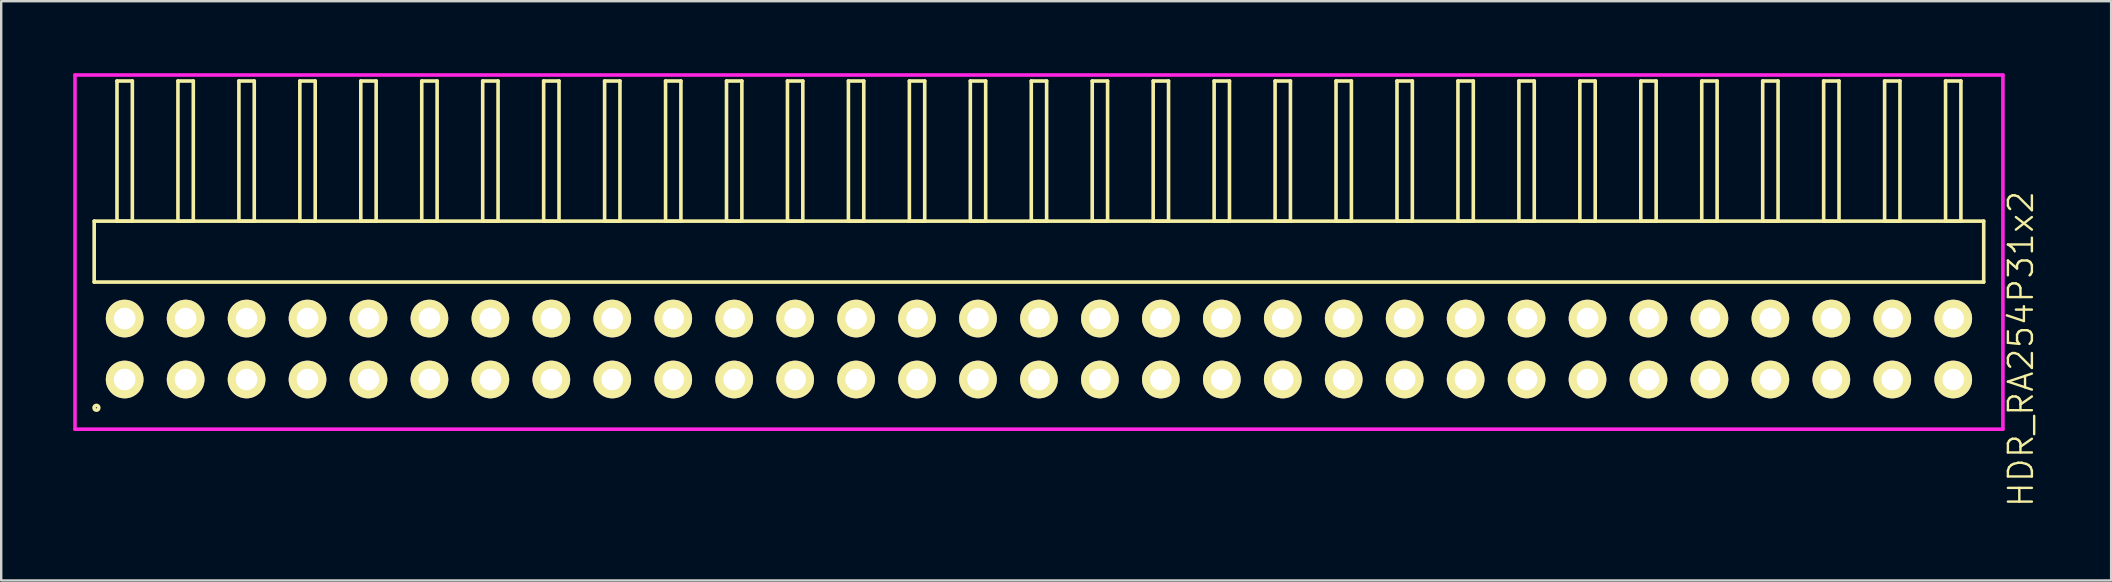
<source format=kicad_pcb>
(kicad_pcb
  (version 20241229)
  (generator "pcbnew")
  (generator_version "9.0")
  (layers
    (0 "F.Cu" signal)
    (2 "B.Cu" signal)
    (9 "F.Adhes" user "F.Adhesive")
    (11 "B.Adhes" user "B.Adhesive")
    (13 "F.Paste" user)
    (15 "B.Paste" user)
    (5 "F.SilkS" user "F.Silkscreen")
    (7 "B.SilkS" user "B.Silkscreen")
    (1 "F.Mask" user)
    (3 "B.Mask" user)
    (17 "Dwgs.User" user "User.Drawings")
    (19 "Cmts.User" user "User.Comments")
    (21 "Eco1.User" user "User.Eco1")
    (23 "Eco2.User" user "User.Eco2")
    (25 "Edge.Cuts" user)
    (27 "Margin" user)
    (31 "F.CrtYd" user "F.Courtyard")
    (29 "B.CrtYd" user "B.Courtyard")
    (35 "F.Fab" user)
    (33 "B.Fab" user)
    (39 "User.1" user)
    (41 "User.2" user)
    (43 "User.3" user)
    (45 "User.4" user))
  (footprint "HDR_RA254P31x2"
    (layer "F.Cu")
    (at 40.245 11.495)
    (property "Reference" "HDR_RA254P31x2" (at 40.92 0 90) (layer "F.SilkS") (effects (font (size 1 1) (thickness 0.1))))
    (attr through_hole)
    (fp_line (start -39.37 -5.33) (end -39.37 -2.79) (stroke (width 0.15) (type solid)) (layer "F.SilkS"))
    (fp_line (start -39.37 -2.79) (end 39.37 -2.79) (stroke (width 0.15) (type solid)) (layer "F.SilkS"))
    (fp_line (start -38.42 -11.17) (end -38.42 -5.33) (stroke (width 0.15) (type solid)) (layer "F.SilkS"))
    (fp_line (start -38.42 -5.33) (end -37.78 -5.33) (stroke (width 0.15) (type solid)) (layer "F.SilkS"))
    (fp_line (start -37.78 -11.17) (end -38.42 -11.17) (stroke (width 0.15) (type solid)) (layer "F.SilkS"))
    (fp_line (start -37.78 -5.33) (end -37.78 -11.17) (stroke (width 0.15) (type solid)) (layer "F.SilkS"))
    (fp_line (start -35.88 -11.17) (end -35.88 -5.33) (stroke (width 0.15) (type solid)) (layer "F.SilkS"))
    (fp_line (start -35.88 -5.33) (end -35.24 -5.33) (stroke (width 0.15) (type solid)) (layer "F.SilkS"))
    (fp_line (start -35.24 -11.17) (end -35.88 -11.17) (stroke (width 0.15) (type solid)) (layer "F.SilkS"))
    (fp_line (start -35.24 -5.33) (end -35.24 -11.17) (stroke (width 0.15) (type solid)) (layer "F.SilkS"))
    (fp_line (start -33.34 -11.17) (end -33.34 -5.33) (stroke (width 0.15) (type solid)) (layer "F.SilkS"))
    (fp_line (start -33.34 -5.33) (end -32.7 -5.33) (stroke (width 0.15) (type solid)) (layer "F.SilkS"))
    (fp_line (start -32.7 -11.17) (end -33.34 -11.17) (stroke (width 0.15) (type solid)) (layer "F.SilkS"))
    (fp_line (start -32.7 -5.33) (end -32.7 -11.17) (stroke (width 0.15) (type solid)) (layer "F.SilkS"))
    (fp_line (start -30.8 -11.17) (end -30.8 -5.33) (stroke (width 0.15) (type solid)) (layer "F.SilkS"))
    (fp_line (start -30.8 -5.33) (end -30.16 -5.33) (stroke (width 0.15) (type solid)) (layer "F.SilkS"))
    (fp_line (start -30.16 -11.17) (end -30.8 -11.17) (stroke (width 0.15) (type solid)) (layer "F.SilkS"))
    (fp_line (start -30.16 -5.33) (end -30.16 -11.17) (stroke (width 0.15) (type solid)) (layer "F.SilkS"))
    (fp_line (start -28.26 -11.17) (end -28.26 -5.33) (stroke (width 0.15) (type solid)) (layer "F.SilkS"))
    (fp_line (start -28.26 -5.33) (end -27.62 -5.33) (stroke (width 0.15) (type solid)) (layer "F.SilkS"))
    (fp_line (start -27.62 -11.17) (end -28.26 -11.17) (stroke (width 0.15) (type solid)) (layer "F.SilkS"))
    (fp_line (start -27.62 -5.33) (end -27.62 -11.17) (stroke (width 0.15) (type solid)) (layer "F.SilkS"))
    (fp_line (start -25.72 -11.17) (end -25.72 -5.33) (stroke (width 0.15) (type solid)) (layer "F.SilkS"))
    (fp_line (start -25.72 -5.33) (end -25.08 -5.33) (stroke (width 0.15) (type solid)) (layer "F.SilkS"))
    (fp_line (start -25.08 -11.17) (end -25.72 -11.17) (stroke (width 0.15) (type solid)) (layer "F.SilkS"))
    (fp_line (start -25.08 -5.33) (end -25.08 -11.17) (stroke (width 0.15) (type solid)) (layer "F.SilkS"))
    (fp_line (start -23.18 -11.17) (end -23.18 -5.33) (stroke (width 0.15) (type solid)) (layer "F.SilkS"))
    (fp_line (start -23.18 -5.33) (end -22.54 -5.33) (stroke (width 0.15) (type solid)) (layer "F.SilkS"))
    (fp_line (start -22.54 -11.17) (end -23.18 -11.17) (stroke (width 0.15) (type solid)) (layer "F.SilkS"))
    (fp_line (start -22.54 -5.33) (end -22.54 -11.17) (stroke (width 0.15) (type solid)) (layer "F.SilkS"))
    (fp_line (start -20.64 -11.17) (end -20.64 -5.33) (stroke (width 0.15) (type solid)) (layer "F.SilkS"))
    (fp_line (start -20.64 -5.33) (end -20 -5.33) (stroke (width 0.15) (type solid)) (layer "F.SilkS"))
    (fp_line (start -20 -11.17) (end -20.64 -11.17) (stroke (width 0.15) (type solid)) (layer "F.SilkS"))
    (fp_line (start -20 -5.33) (end -20 -11.17) (stroke (width 0.15) (type solid)) (layer "F.SilkS"))
    (fp_line (start -18.1 -11.17) (end -18.1 -5.33) (stroke (width 0.15) (type solid)) (layer "F.SilkS"))
    (fp_line (start -18.1 -5.33) (end -17.46 -5.33) (stroke (width 0.15) (type solid)) (layer "F.SilkS"))
    (fp_line (start -17.46 -11.17) (end -18.1 -11.17) (stroke (width 0.15) (type solid)) (layer "F.SilkS"))
    (fp_line (start -17.46 -5.33) (end -17.46 -11.17) (stroke (width 0.15) (type solid)) (layer "F.SilkS"))
    (fp_line (start -15.56 -11.17) (end -15.56 -5.33) (stroke (width 0.15) (type solid)) (layer "F.SilkS"))
    (fp_line (start -15.56 -5.33) (end -14.92 -5.33) (stroke (width 0.15) (type solid)) (layer "F.SilkS"))
    (fp_line (start -14.92 -11.17) (end -15.56 -11.17) (stroke (width 0.15) (type solid)) (layer "F.SilkS"))
    (fp_line (start -14.92 -5.33) (end -14.92 -11.17) (stroke (width 0.15) (type solid)) (layer "F.SilkS"))
    (fp_line (start -13.02 -11.17) (end -13.02 -5.33) (stroke (width 0.15) (type solid)) (layer "F.SilkS"))
    (fp_line (start -13.02 -5.33) (end -12.38 -5.33) (stroke (width 0.15) (type solid)) (layer "F.SilkS"))
    (fp_line (start -12.38 -11.17) (end -13.02 -11.17) (stroke (width 0.15) (type solid)) (layer "F.SilkS"))
    (fp_line (start -12.38 -5.33) (end -12.38 -11.17) (stroke (width 0.15) (type solid)) (layer "F.SilkS"))
    (fp_line (start -10.48 -11.17) (end -10.48 -5.33) (stroke (width 0.15) (type solid)) (layer "F.SilkS"))
    (fp_line (start -10.48 -5.33) (end -9.84 -5.33) (stroke (width 0.15) (type solid)) (layer "F.SilkS"))
    (fp_line (start -9.84 -11.17) (end -10.48 -11.17) (stroke (width 0.15) (type solid)) (layer "F.SilkS"))
    (fp_line (start -9.84 -5.33) (end -9.84 -11.17) (stroke (width 0.15) (type solid)) (layer "F.SilkS"))
    (fp_line (start -7.94 -11.17) (end -7.94 -5.33) (stroke (width 0.15) (type solid)) (layer "F.SilkS"))
    (fp_line (start -7.94 -5.33) (end -7.3 -5.33) (stroke (width 0.15) (type solid)) (layer "F.SilkS"))
    (fp_line (start -7.3 -11.17) (end -7.94 -11.17) (stroke (width 0.15) (type solid)) (layer "F.SilkS"))
    (fp_line (start -7.3 -5.33) (end -7.3 -11.17) (stroke (width 0.15) (type solid)) (layer "F.SilkS"))
    (fp_line (start -5.4 -11.17) (end -5.4 -5.33) (stroke (width 0.15) (type solid)) (layer "F.SilkS"))
    (fp_line (start -5.4 -5.33) (end -4.76 -5.33) (stroke (width 0.15) (type solid)) (layer "F.SilkS"))
    (fp_line (start -4.76 -11.17) (end -5.4 -11.17) (stroke (width 0.15) (type solid)) (layer "F.SilkS"))
    (fp_line (start -4.76 -5.33) (end -4.76 -11.17) (stroke (width 0.15) (type solid)) (layer "F.SilkS"))
    (fp_line (start -2.86 -11.17) (end -2.86 -5.33) (stroke (width 0.15) (type solid)) (layer "F.SilkS"))
    (fp_line (start -2.86 -5.33) (end -2.22 -5.33) (stroke (width 0.15) (type solid)) (layer "F.SilkS"))
    (fp_line (start -2.22 -11.17) (end -2.86 -11.17) (stroke (width 0.15) (type solid)) (layer "F.SilkS"))
    (fp_line (start -2.22 -5.33) (end -2.22 -11.17) (stroke (width 0.15) (type solid)) (layer "F.SilkS"))
    (fp_line (start -0.32 -11.17) (end -0.32 -5.33) (stroke (width 0.15) (type solid)) (layer "F.SilkS"))
    (fp_line (start -0.32 -5.33) (end 0.32 -5.33) (stroke (width 0.15) (type solid)) (layer "F.SilkS"))
    (fp_line (start 0.32 -11.17) (end -0.32 -11.17) (stroke (width 0.15) (type solid)) (layer "F.SilkS"))
    (fp_line (start 0.32 -5.33) (end 0.32 -11.17) (stroke (width 0.15) (type solid)) (layer "F.SilkS"))
    (fp_line (start 2.22 -11.17) (end 2.22 -5.33) (stroke (width 0.15) (type solid)) (layer "F.SilkS"))
    (fp_line (start 2.22 -5.33) (end 2.86 -5.33) (stroke (width 0.15) (type solid)) (layer "F.SilkS"))
    (fp_line (start 2.86 -11.17) (end 2.22 -11.17) (stroke (width 0.15) (type solid)) (layer "F.SilkS"))
    (fp_line (start 2.86 -5.33) (end 2.86 -11.17) (stroke (width 0.15) (type solid)) (layer "F.SilkS"))
    (fp_line (start 4.76 -11.17) (end 4.76 -5.33) (stroke (width 0.15) (type solid)) (layer "F.SilkS"))
    (fp_line (start 4.76 -5.33) (end 5.4 -5.33) (stroke (width 0.15) (type solid)) (layer "F.SilkS"))
    (fp_line (start 5.4 -11.17) (end 4.76 -11.17) (stroke (width 0.15) (type solid)) (layer "F.SilkS"))
    (fp_line (start 5.4 -5.33) (end 5.4 -11.17) (stroke (width 0.15) (type solid)) (layer "F.SilkS"))
    (fp_line (start 7.3 -11.17) (end 7.3 -5.33) (stroke (width 0.15) (type solid)) (layer "F.SilkS"))
    (fp_line (start 7.3 -5.33) (end 7.94 -5.33) (stroke (width 0.15) (type solid)) (layer "F.SilkS"))
    (fp_line (start 7.94 -11.17) (end 7.3 -11.17) (stroke (width 0.15) (type solid)) (layer "F.SilkS"))
    (fp_line (start 7.94 -5.33) (end 7.94 -11.17) (stroke (width 0.15) (type solid)) (layer "F.SilkS"))
    (fp_line (start 9.84 -11.17) (end 9.84 -5.33) (stroke (width 0.15) (type solid)) (layer "F.SilkS"))
    (fp_line (start 9.84 -5.33) (end 10.48 -5.33) (stroke (width 0.15) (type solid)) (layer "F.SilkS"))
    (fp_line (start 10.48 -11.17) (end 9.84 -11.17) (stroke (width 0.15) (type solid)) (layer "F.SilkS"))
    (fp_line (start 10.48 -5.33) (end 10.48 -11.17) (stroke (width 0.15) (type solid)) (layer "F.SilkS"))
    (fp_line (start 12.38 -11.17) (end 12.38 -5.33) (stroke (width 0.15) (type solid)) (layer "F.SilkS"))
    (fp_line (start 12.38 -5.33) (end 13.02 -5.33) (stroke (width 0.15) (type solid)) (layer "F.SilkS"))
    (fp_line (start 13.02 -11.17) (end 12.38 -11.17) (stroke (width 0.15) (type solid)) (layer "F.SilkS"))
    (fp_line (start 13.02 -5.33) (end 13.02 -11.17) (stroke (width 0.15) (type solid)) (layer "F.SilkS"))
    (fp_line (start 14.92 -11.17) (end 14.92 -5.33) (stroke (width 0.15) (type solid)) (layer "F.SilkS"))
    (fp_line (start 14.92 -5.33) (end 15.56 -5.33) (stroke (width 0.15) (type solid)) (layer "F.SilkS"))
    (fp_line (start 15.56 -11.17) (end 14.92 -11.17) (stroke (width 0.15) (type solid)) (layer "F.SilkS"))
    (fp_line (start 15.56 -5.33) (end 15.56 -11.17) (stroke (width 0.15) (type solid)) (layer "F.SilkS"))
    (fp_line (start 17.46 -11.17) (end 17.46 -5.33) (stroke (width 0.15) (type solid)) (layer "F.SilkS"))
    (fp_line (start 17.46 -5.33) (end 18.1 -5.33) (stroke (width 0.15) (type solid)) (layer "F.SilkS"))
    (fp_line (start 18.1 -11.17) (end 17.46 -11.17) (stroke (width 0.15) (type solid)) (layer "F.SilkS"))
    (fp_line (start 18.1 -5.33) (end 18.1 -11.17) (stroke (width 0.15) (type solid)) (layer "F.SilkS"))
    (fp_line (start 20 -11.17) (end 20 -5.33) (stroke (width 0.15) (type solid)) (layer "F.SilkS"))
    (fp_line (start 20 -5.33) (end 20.64 -5.33) (stroke (width 0.15) (type solid)) (layer "F.SilkS"))
    (fp_line (start 20.64 -11.17) (end 20 -11.17) (stroke (width 0.15) (type solid)) (layer "F.SilkS"))
    (fp_line (start 20.64 -5.33) (end 20.64 -11.17) (stroke (width 0.15) (type solid)) (layer "F.SilkS"))
    (fp_line (start 22.54 -11.17) (end 22.54 -5.33) (stroke (width 0.15) (type solid)) (layer "F.SilkS"))
    (fp_line (start 22.54 -5.33) (end 23.18 -5.33) (stroke (width 0.15) (type solid)) (layer "F.SilkS"))
    (fp_line (start 23.18 -11.17) (end 22.54 -11.17) (stroke (width 0.15) (type solid)) (layer "F.SilkS"))
    (fp_line (start 23.18 -5.33) (end 23.18 -11.17) (stroke (width 0.15) (type solid)) (layer "F.SilkS"))
    (fp_line (start 25.08 -11.17) (end 25.08 -5.33) (stroke (width 0.15) (type solid)) (layer "F.SilkS"))
    (fp_line (start 25.08 -5.33) (end 25.72 -5.33) (stroke (width 0.15) (type solid)) (layer "F.SilkS"))
    (fp_line (start 25.72 -11.17) (end 25.08 -11.17) (stroke (width 0.15) (type solid)) (layer "F.SilkS"))
    (fp_line (start 25.72 -5.33) (end 25.72 -11.17) (stroke (width 0.15) (type solid)) (layer "F.SilkS"))
    (fp_line (start 27.62 -11.17) (end 27.62 -5.33) (stroke (width 0.15) (type solid)) (layer "F.SilkS"))
    (fp_line (start 27.62 -5.33) (end 28.26 -5.33) (stroke (width 0.15) (type solid)) (layer "F.SilkS"))
    (fp_line (start 28.26 -11.17) (end 27.62 -11.17) (stroke (width 0.15) (type solid)) (layer "F.SilkS"))
    (fp_line (start 28.26 -5.33) (end 28.26 -11.17) (stroke (width 0.15) (type solid)) (layer "F.SilkS"))
    (fp_line (start 30.16 -11.17) (end 30.16 -5.33) (stroke (width 0.15) (type solid)) (layer "F.SilkS"))
    (fp_line (start 30.16 -5.33) (end 30.8 -5.33) (stroke (width 0.15) (type solid)) (layer "F.SilkS"))
    (fp_line (start 30.8 -11.17) (end 30.16 -11.17) (stroke (width 0.15) (type solid)) (layer "F.SilkS"))
    (fp_line (start 30.8 -5.33) (end 30.8 -11.17) (stroke (width 0.15) (type solid)) (layer "F.SilkS"))
    (fp_line (start 32.7 -11.17) (end 32.7 -5.33) (stroke (width 0.15) (type solid)) (layer "F.SilkS"))
    (fp_line (start 32.7 -5.33) (end 33.34 -5.33) (stroke (width 0.15) (type solid)) (layer "F.SilkS"))
    (fp_line (start 33.34 -11.17) (end 32.7 -11.17) (stroke (width 0.15) (type solid)) (layer "F.SilkS"))
    (fp_line (start 33.34 -5.33) (end 33.34 -11.17) (stroke (width 0.15) (type solid)) (layer "F.SilkS"))
    (fp_line (start 35.24 -11.17) (end 35.24 -5.33) (stroke (width 0.15) (type solid)) (layer "F.SilkS"))
    (fp_line (start 35.24 -5.33) (end 35.88 -5.33) (stroke (width 0.15) (type solid)) (layer "F.SilkS"))
    (fp_line (start 35.88 -11.17) (end 35.24 -11.17) (stroke (width 0.15) (type solid)) (layer "F.SilkS"))
    (fp_line (start 35.88 -5.33) (end 35.88 -11.17) (stroke (width 0.15) (type solid)) (layer "F.SilkS"))
    (fp_line (start 37.78 -11.17) (end 37.78 -5.33) (stroke (width 0.15) (type solid)) (layer "F.SilkS"))
    (fp_line (start 37.78 -5.33) (end 38.42 -5.33) (stroke (width 0.15) (type solid)) (layer "F.SilkS"))
    (fp_line (start 38.42 -11.17) (end 37.78 -11.17) (stroke (width 0.15) (type solid)) (layer "F.SilkS"))
    (fp_line (start 38.42 -5.33) (end 38.42 -11.17) (stroke (width 0.15) (type solid)) (layer "F.SilkS"))
    (fp_line (start 39.37 -5.33) (end -39.37 -5.33) (stroke (width 0.15) (type solid)) (layer "F.SilkS"))
    (fp_line (start 39.37 -2.79) (end 39.37 -5.33) (stroke (width 0.15) (type solid)) (layer "F.SilkS"))
    (fp_circle (center -39.277 2.448) (end -39.177 2.448) (stroke (width 0.15) (type solid)) (fill no) (layer "F.SilkS"))
    (fp_line (start -40.17 -11.42) (end -40.17 3.34) (stroke (width 0.15) (type solid)) (layer "F.CrtYd"))
    (fp_line (start -40.17 3.34) (end 40.17 3.34) (stroke (width 0.15) (type solid)) (layer "F.CrtYd"))
    (fp_line (start 40.17 -11.42) (end -40.17 -11.42) (stroke (width 0.15) (type solid)) (layer "F.CrtYd"))
    (fp_line (start 40.17 3.34) (end 40.17 -11.42) (stroke (width 0.15) (type solid)) (layer "F.CrtYd"))
    (pad "1" thru_hole oval (at -38.1 1.27) (size 1.57 1.57) (drill 0.9) (layers "*.Cu" "*.Mask" "F.SilkS"))
    (pad "2" thru_hole oval (at -38.1 -1.27) (size 1.57 1.57) (drill 0.9) (layers "*.Cu" "*.Mask" "F.SilkS"))
    (pad "3" thru_hole oval (at -35.56 1.27) (size 1.57 1.57) (drill 0.9) (layers "*.Cu" "*.Mask" "F.SilkS"))
    (pad "4" thru_hole oval (at -35.56 -1.27) (size 1.57 1.57) (drill 0.9) (layers "*.Cu" "*.Mask" "F.SilkS"))
    (pad "5" thru_hole oval (at -33.02 1.27) (size 1.57 1.57) (drill 0.9) (layers "*.Cu" "*.Mask" "F.SilkS"))
    (pad "6" thru_hole oval (at -33.02 -1.27) (size 1.57 1.57) (drill 0.9) (layers "*.Cu" "*.Mask" "F.SilkS"))
    (pad "7" thru_hole oval (at -30.48 1.27) (size 1.57 1.57) (drill 0.9) (layers "*.Cu" "*.Mask" "F.SilkS"))
    (pad "8" thru_hole oval (at -30.48 -1.27) (size 1.57 1.57) (drill 0.9) (layers "*.Cu" "*.Mask" "F.SilkS"))
    (pad "9" thru_hole oval (at -27.94 1.27) (size 1.57 1.57) (drill 0.9) (layers "*.Cu" "*.Mask" "F.SilkS"))
    (pad "10" thru_hole oval (at -27.94 -1.27) (size 1.57 1.57) (drill 0.9) (layers "*.Cu" "*.Mask" "F.SilkS"))
    (pad "11" thru_hole oval (at -25.4 1.27) (size 1.57 1.57) (drill 0.9) (layers "*.Cu" "*.Mask" "F.SilkS"))
    (pad "12" thru_hole oval (at -25.4 -1.27) (size 1.57 1.57) (drill 0.9) (layers "*.Cu" "*.Mask" "F.SilkS"))
    (pad "13" thru_hole oval (at -22.86 1.27) (size 1.57 1.57) (drill 0.9) (layers "*.Cu" "*.Mask" "F.SilkS"))
    (pad "14" thru_hole oval (at -22.86 -1.27) (size 1.57 1.57) (drill 0.9) (layers "*.Cu" "*.Mask" "F.SilkS"))
    (pad "15" thru_hole oval (at -20.32 1.27) (size 1.57 1.57) (drill 0.9) (layers "*.Cu" "*.Mask" "F.SilkS"))
    (pad "16" thru_hole oval (at -20.32 -1.27) (size 1.57 1.57) (drill 0.9) (layers "*.Cu" "*.Mask" "F.SilkS"))
    (pad "17" thru_hole oval (at -17.78 1.27) (size 1.57 1.57) (drill 0.9) (layers "*.Cu" "*.Mask" "F.SilkS"))
    (pad "18" thru_hole oval (at -17.78 -1.27) (size 1.57 1.57) (drill 0.9) (layers "*.Cu" "*.Mask" "F.SilkS"))
    (pad "19" thru_hole oval (at -15.24 1.27) (size 1.57 1.57) (drill 0.9) (layers "*.Cu" "*.Mask" "F.SilkS"))
    (pad "20" thru_hole oval (at -15.24 -1.27) (size 1.57 1.57) (drill 0.9) (layers "*.Cu" "*.Mask" "F.SilkS"))
    (pad "21" thru_hole oval (at -12.7 1.27) (size 1.57 1.57) (drill 0.9) (layers "*.Cu" "*.Mask" "F.SilkS"))
    (pad "22" thru_hole oval (at -12.7 -1.27) (size 1.57 1.57) (drill 0.9) (layers "*.Cu" "*.Mask" "F.SilkS"))
    (pad "23" thru_hole oval (at -10.16 1.27) (size 1.57 1.57) (drill 0.9) (layers "*.Cu" "*.Mask" "F.SilkS"))
    (pad "24" thru_hole oval (at -10.16 -1.27) (size 1.57 1.57) (drill 0.9) (layers "*.Cu" "*.Mask" "F.SilkS"))
    (pad "25" thru_hole oval (at -7.62 1.27) (size 1.57 1.57) (drill 0.9) (layers "*.Cu" "*.Mask" "F.SilkS"))
    (pad "26" thru_hole oval (at -7.62 -1.27) (size 1.57 1.57) (drill 0.9) (layers "*.Cu" "*.Mask" "F.SilkS"))
    (pad "27" thru_hole oval (at -5.08 1.27) (size 1.57 1.57) (drill 0.9) (layers "*.Cu" "*.Mask" "F.SilkS"))
    (pad "28" thru_hole oval (at -5.08 -1.27) (size 1.57 1.57) (drill 0.9) (layers "*.Cu" "*.Mask" "F.SilkS"))
    (pad "29" thru_hole oval (at -2.54 1.27) (size 1.57 1.57) (drill 0.9) (layers "*.Cu" "*.Mask" "F.SilkS"))
    (pad "30" thru_hole oval (at -2.54 -1.27) (size 1.57 1.57) (drill 0.9) (layers "*.Cu" "*.Mask" "F.SilkS"))
    (pad "31" thru_hole oval (at 0 1.27) (size 1.57 1.57) (drill 0.9) (layers "*.Cu" "*.Mask" "F.SilkS"))
    (pad "32" thru_hole oval (at 0 -1.27) (size 1.57 1.57) (drill 0.9) (layers "*.Cu" "*.Mask" "F.SilkS"))
    (pad "33" thru_hole oval (at 2.54 1.27) (size 1.57 1.57) (drill 0.9) (layers "*.Cu" "*.Mask" "F.SilkS"))
    (pad "34" thru_hole oval (at 2.54 -1.27) (size 1.57 1.57) (drill 0.9) (layers "*.Cu" "*.Mask" "F.SilkS"))
    (pad "35" thru_hole oval (at 5.08 1.27) (size 1.57 1.57) (drill 0.9) (layers "*.Cu" "*.Mask" "F.SilkS"))
    (pad "36" thru_hole oval (at 5.08 -1.27) (size 1.57 1.57) (drill 0.9) (layers "*.Cu" "*.Mask" "F.SilkS"))
    (pad "37" thru_hole oval (at 7.62 1.27) (size 1.57 1.57) (drill 0.9) (layers "*.Cu" "*.Mask" "F.SilkS"))
    (pad "38" thru_hole oval (at 7.62 -1.27) (size 1.57 1.57) (drill 0.9) (layers "*.Cu" "*.Mask" "F.SilkS"))
    (pad "39" thru_hole oval (at 10.16 1.27) (size 1.57 1.57) (drill 0.9) (layers "*.Cu" "*.Mask" "F.SilkS"))
    (pad "40" thru_hole oval (at 10.16 -1.27) (size 1.57 1.57) (drill 0.9) (layers "*.Cu" "*.Mask" "F.SilkS"))
    (pad "41" thru_hole oval (at 12.7 1.27) (size 1.57 1.57) (drill 0.9) (layers "*.Cu" "*.Mask" "F.SilkS"))
    (pad "42" thru_hole oval (at 12.7 -1.27) (size 1.57 1.57) (drill 0.9) (layers "*.Cu" "*.Mask" "F.SilkS"))
    (pad "43" thru_hole oval (at 15.24 1.27) (size 1.57 1.57) (drill 0.9) (layers "*.Cu" "*.Mask" "F.SilkS"))
    (pad "44" thru_hole oval (at 15.24 -1.27) (size 1.57 1.57) (drill 0.9) (layers "*.Cu" "*.Mask" "F.SilkS"))
    (pad "45" thru_hole oval (at 17.78 1.27) (size 1.57 1.57) (drill 0.9) (layers "*.Cu" "*.Mask" "F.SilkS"))
    (pad "46" thru_hole oval (at 17.78 -1.27) (size 1.57 1.57) (drill 0.9) (layers "*.Cu" "*.Mask" "F.SilkS"))
    (pad "47" thru_hole oval (at 20.32 1.27) (size 1.57 1.57) (drill 0.9) (layers "*.Cu" "*.Mask" "F.SilkS"))
    (pad "48" thru_hole oval (at 20.32 -1.27) (size 1.57 1.57) (drill 0.9) (layers "*.Cu" "*.Mask" "F.SilkS"))
    (pad "49" thru_hole oval (at 22.86 1.27) (size 1.57 1.57) (drill 0.9) (layers "*.Cu" "*.Mask" "F.SilkS"))
    (pad "50" thru_hole oval (at 22.86 -1.27) (size 1.57 1.57) (drill 0.9) (layers "*.Cu" "*.Mask" "F.SilkS"))
    (pad "51" thru_hole oval (at 25.4 1.27) (size 1.57 1.57) (drill 0.9) (layers "*.Cu" "*.Mask" "F.SilkS"))
    (pad "52" thru_hole oval (at 25.4 -1.27) (size 1.57 1.57) (drill 0.9) (layers "*.Cu" "*.Mask" "F.SilkS"))
    (pad "53" thru_hole oval (at 27.94 1.27) (size 1.57 1.57) (drill 0.9) (layers "*.Cu" "*.Mask" "F.SilkS"))
    (pad "54" thru_hole oval (at 27.94 -1.27) (size 1.57 1.57) (drill 0.9) (layers "*.Cu" "*.Mask" "F.SilkS"))
    (pad "55" thru_hole oval (at 30.48 1.27) (size 1.57 1.57) (drill 0.9) (layers "*.Cu" "*.Mask" "F.SilkS"))
    (pad "56" thru_hole oval (at 30.48 -1.27) (size 1.57 1.57) (drill 0.9) (layers "*.Cu" "*.Mask" "F.SilkS"))
    (pad "57" thru_hole oval (at 33.02 1.27) (size 1.57 1.57) (drill 0.9) (layers "*.Cu" "*.Mask" "F.SilkS"))
    (pad "58" thru_hole oval (at 33.02 -1.27) (size 1.57 1.57) (drill 0.9) (layers "*.Cu" "*.Mask" "F.SilkS"))
    (pad "59" thru_hole oval (at 35.56 1.27) (size 1.57 1.57) (drill 0.9) (layers "*.Cu" "*.Mask" "F.SilkS"))
    (pad "60" thru_hole oval (at 35.56 -1.27) (size 1.57 1.57) (drill 0.9) (layers "*.Cu" "*.Mask" "F.SilkS"))
    (pad "61" thru_hole oval (at 38.1 1.27) (size 1.57 1.57) (drill 0.9) (layers "*.Cu" "*.Mask" "F.SilkS"))
    (pad "62" thru_hole oval (at 38.1 -1.27) (size 1.57 1.57) (drill 0.9) (layers "*.Cu" "*.Mask" "F.SilkS")))
  (gr_rect
    (start -3 -3)
    (end 84.925 21.14)
    (stroke (width 0.1) (type default))
    (fill no)
    (layer "Edge.Cuts")))
</source>
